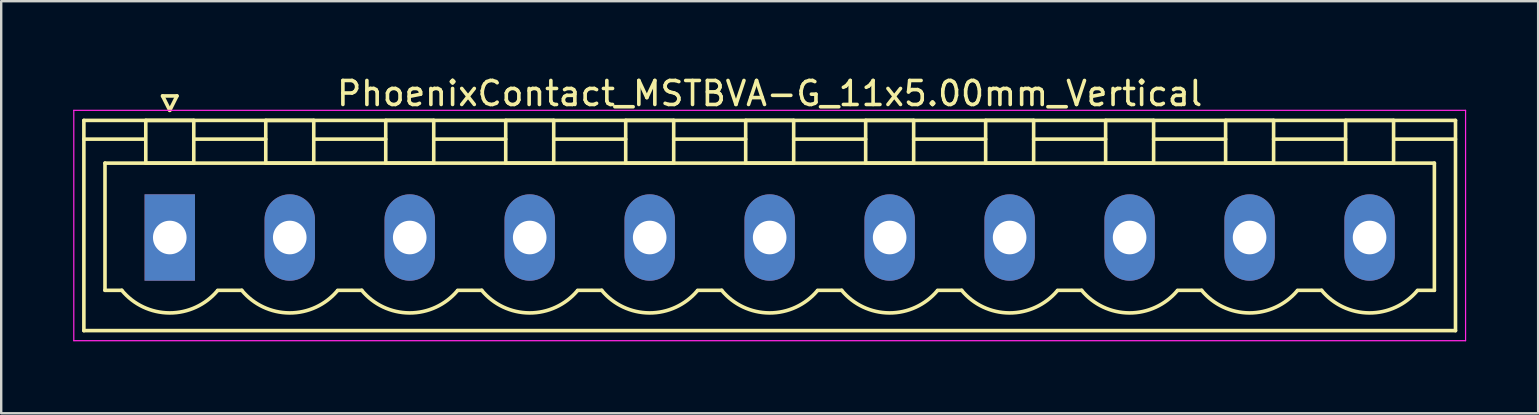
<source format=kicad_pcb>
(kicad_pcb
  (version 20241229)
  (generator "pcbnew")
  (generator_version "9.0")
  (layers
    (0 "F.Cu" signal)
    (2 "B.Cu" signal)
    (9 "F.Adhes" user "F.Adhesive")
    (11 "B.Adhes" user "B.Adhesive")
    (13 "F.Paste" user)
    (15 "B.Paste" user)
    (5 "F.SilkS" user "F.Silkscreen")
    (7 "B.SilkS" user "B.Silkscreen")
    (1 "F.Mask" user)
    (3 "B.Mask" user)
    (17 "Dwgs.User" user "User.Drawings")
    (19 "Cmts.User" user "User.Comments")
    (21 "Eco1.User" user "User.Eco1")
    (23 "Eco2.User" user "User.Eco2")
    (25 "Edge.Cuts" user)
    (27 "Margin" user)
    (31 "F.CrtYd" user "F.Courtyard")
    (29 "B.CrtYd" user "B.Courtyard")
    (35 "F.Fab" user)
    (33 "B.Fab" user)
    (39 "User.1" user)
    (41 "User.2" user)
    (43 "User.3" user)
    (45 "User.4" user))
  (footprint "PhoenixContact_MSTBVA-G_11x5.00mm_Vertical"
    (layer "F.Cu")
    (at 4.025 6.848)
    (property "Reference" "PhoenixContact_MSTBVA-G_11x5.00mm_Vertical" (at 25 -6 0) (layer "F.SilkS") (effects (font (size 1 1) (thickness 0.15))))
    (attr through_hole)
    (fp_line (start -3.58 -4.88) (end -3.58 3.88) (stroke (width 0.15) (type solid)) (layer "F.SilkS"))
    (fp_line (start -3.58 -4.1) (end -1.08 -4.1) (stroke (width 0.15) (type solid)) (layer "F.SilkS"))
    (fp_line (start -3.58 3.88) (end 53.58 3.88) (stroke (width 0.15) (type solid)) (layer "F.SilkS"))
    (fp_line (start -2.7 -3.1) (end 52.7 -3.1) (stroke (width 0.15) (type solid)) (layer "F.SilkS"))
    (fp_line (start -2.7 2.2) (end -2.7 -3.1) (stroke (width 0.15) (type solid)) (layer "F.SilkS"))
    (fp_line (start -2 2.2) (end -2.7 2.2) (stroke (width 0.15) (type solid)) (layer "F.SilkS"))
    (fp_line (start -1 -4.88) (end 1 -4.88) (stroke (width 0.15) (type solid)) (layer "F.SilkS"))
    (fp_line (start -1 -3.1) (end -1 -4.88) (stroke (width 0.15) (type solid)) (layer "F.SilkS"))
    (fp_line (start -0.3 -5.9) (end 0 -5.3) (stroke (width 0.15) (type solid)) (layer "F.SilkS"))
    (fp_line (start 0 -5.3) (end 0.3 -5.9) (stroke (width 0.15) (type solid)) (layer "F.SilkS"))
    (fp_line (start 0.3 -5.9) (end -0.3 -5.9) (stroke (width 0.15) (type solid)) (layer "F.SilkS"))
    (fp_line (start 1 -4.88) (end 1 -3.1) (stroke (width 0.15) (type solid)) (layer "F.SilkS"))
    (fp_line (start 1 -4.1) (end 4 -4.1) (stroke (width 0.15) (type solid)) (layer "F.SilkS"))
    (fp_line (start 1 -3.1) (end -1 -3.1) (stroke (width 0.15) (type solid)) (layer "F.SilkS"))
    (fp_line (start 2 2.2) (end 3 2.2) (stroke (width 0.15) (type solid)) (layer "F.SilkS"))
    (fp_line (start 4 -4.88) (end 6 -4.88) (stroke (width 0.15) (type solid)) (layer "F.SilkS"))
    (fp_line (start 4 -3.1) (end 4 -4.88) (stroke (width 0.15) (type solid)) (layer "F.SilkS"))
    (fp_line (start 6 -4.88) (end 6 -3.1) (stroke (width 0.15) (type solid)) (layer "F.SilkS"))
    (fp_line (start 6 -4.1) (end 9 -4.1) (stroke (width 0.15) (type solid)) (layer "F.SilkS"))
    (fp_line (start 6 -3.1) (end 4 -3.1) (stroke (width 0.15) (type solid)) (layer "F.SilkS"))
    (fp_line (start 7 2.2) (end 8 2.2) (stroke (width 0.15) (type solid)) (layer "F.SilkS"))
    (fp_line (start 9 -4.88) (end 11 -4.88) (stroke (width 0.15) (type solid)) (layer "F.SilkS"))
    (fp_line (start 9 -3.1) (end 9 -4.88) (stroke (width 0.15) (type solid)) (layer "F.SilkS"))
    (fp_line (start 11 -4.88) (end 11 -3.1) (stroke (width 0.15) (type solid)) (layer "F.SilkS"))
    (fp_line (start 11 -4.1) (end 14 -4.1) (stroke (width 0.15) (type solid)) (layer "F.SilkS"))
    (fp_line (start 11 -3.1) (end 9 -3.1) (stroke (width 0.15) (type solid)) (layer "F.SilkS"))
    (fp_line (start 12 2.2) (end 13 2.2) (stroke (width 0.15) (type solid)) (layer "F.SilkS"))
    (fp_line (start 14 -4.88) (end 16 -4.88) (stroke (width 0.15) (type solid)) (layer "F.SilkS"))
    (fp_line (start 14 -3.1) (end 14 -4.88) (stroke (width 0.15) (type solid)) (layer "F.SilkS"))
    (fp_line (start 16 -4.88) (end 16 -3.1) (stroke (width 0.15) (type solid)) (layer "F.SilkS"))
    (fp_line (start 16 -4.1) (end 19 -4.1) (stroke (width 0.15) (type solid)) (layer "F.SilkS"))
    (fp_line (start 16 -3.1) (end 14 -3.1) (stroke (width 0.15) (type solid)) (layer "F.SilkS"))
    (fp_line (start 17 2.2) (end 18 2.2) (stroke (width 0.15) (type solid)) (layer "F.SilkS"))
    (fp_line (start 19 -4.88) (end 21 -4.88) (stroke (width 0.15) (type solid)) (layer "F.SilkS"))
    (fp_line (start 19 -3.1) (end 19 -4.88) (stroke (width 0.15) (type solid)) (layer "F.SilkS"))
    (fp_line (start 21 -4.88) (end 21 -3.1) (stroke (width 0.15) (type solid)) (layer "F.SilkS"))
    (fp_line (start 21 -4.1) (end 24 -4.1) (stroke (width 0.15) (type solid)) (layer "F.SilkS"))
    (fp_line (start 21 -3.1) (end 19 -3.1) (stroke (width 0.15) (type solid)) (layer "F.SilkS"))
    (fp_line (start 22 2.2) (end 23 2.2) (stroke (width 0.15) (type solid)) (layer "F.SilkS"))
    (fp_line (start 24 -4.88) (end 26 -4.88) (stroke (width 0.15) (type solid)) (layer "F.SilkS"))
    (fp_line (start 24 -3.1) (end 24 -4.88) (stroke (width 0.15) (type solid)) (layer "F.SilkS"))
    (fp_line (start 26 -4.88) (end 26 -3.1) (stroke (width 0.15) (type solid)) (layer "F.SilkS"))
    (fp_line (start 26 -4.1) (end 29 -4.1) (stroke (width 0.15) (type solid)) (layer "F.SilkS"))
    (fp_line (start 26 -3.1) (end 24 -3.1) (stroke (width 0.15) (type solid)) (layer "F.SilkS"))
    (fp_line (start 27 2.2) (end 28 2.2) (stroke (width 0.15) (type solid)) (layer "F.SilkS"))
    (fp_line (start 29 -4.88) (end 31 -4.88) (stroke (width 0.15) (type solid)) (layer "F.SilkS"))
    (fp_line (start 29 -3.1) (end 29 -4.88) (stroke (width 0.15) (type solid)) (layer "F.SilkS"))
    (fp_line (start 31 -4.88) (end 31 -3.1) (stroke (width 0.15) (type solid)) (layer "F.SilkS"))
    (fp_line (start 31 -4.1) (end 34 -4.1) (stroke (width 0.15) (type solid)) (layer "F.SilkS"))
    (fp_line (start 31 -3.1) (end 29 -3.1) (stroke (width 0.15) (type solid)) (layer "F.SilkS"))
    (fp_line (start 32 2.2) (end 33 2.2) (stroke (width 0.15) (type solid)) (layer "F.SilkS"))
    (fp_line (start 34 -4.88) (end 36 -4.88) (stroke (width 0.15) (type solid)) (layer "F.SilkS"))
    (fp_line (start 34 -3.1) (end 34 -4.88) (stroke (width 0.15) (type solid)) (layer "F.SilkS"))
    (fp_line (start 36 -4.88) (end 36 -3.1) (stroke (width 0.15) (type solid)) (layer "F.SilkS"))
    (fp_line (start 36 -4.1) (end 39 -4.1) (stroke (width 0.15) (type solid)) (layer "F.SilkS"))
    (fp_line (start 36 -3.1) (end 34 -3.1) (stroke (width 0.15) (type solid)) (layer "F.SilkS"))
    (fp_line (start 37 2.2) (end 38 2.2) (stroke (width 0.15) (type solid)) (layer "F.SilkS"))
    (fp_line (start 39 -4.88) (end 41 -4.88) (stroke (width 0.15) (type solid)) (layer "F.SilkS"))
    (fp_line (start 39 -3.1) (end 39 -4.88) (stroke (width 0.15) (type solid)) (layer "F.SilkS"))
    (fp_line (start 41 -4.88) (end 41 -3.1) (stroke (width 0.15) (type solid)) (layer "F.SilkS"))
    (fp_line (start 41 -4.1) (end 44 -4.1) (stroke (width 0.15) (type solid)) (layer "F.SilkS"))
    (fp_line (start 41 -3.1) (end 39 -3.1) (stroke (width 0.15) (type solid)) (layer "F.SilkS"))
    (fp_line (start 42 2.2) (end 43 2.2) (stroke (width 0.15) (type solid)) (layer "F.SilkS"))
    (fp_line (start 44 -4.88) (end 46 -4.88) (stroke (width 0.15) (type solid)) (layer "F.SilkS"))
    (fp_line (start 44 -3.1) (end 44 -4.88) (stroke (width 0.15) (type solid)) (layer "F.SilkS"))
    (fp_line (start 46 -4.88) (end 46 -3.1) (stroke (width 0.15) (type solid)) (layer "F.SilkS"))
    (fp_line (start 46 -4.1) (end 49 -4.1) (stroke (width 0.15) (type solid)) (layer "F.SilkS"))
    (fp_line (start 46 -3.1) (end 44 -3.1) (stroke (width 0.15) (type solid)) (layer "F.SilkS"))
    (fp_line (start 47 2.2) (end 48 2.2) (stroke (width 0.15) (type solid)) (layer "F.SilkS"))
    (fp_line (start 49 -4.88) (end 51 -4.88) (stroke (width 0.15) (type solid)) (layer "F.SilkS"))
    (fp_line (start 49 -3.1) (end 49 -4.88) (stroke (width 0.15) (type solid)) (layer "F.SilkS"))
    (fp_line (start 51 -4.88) (end 51 -3.1) (stroke (width 0.15) (type solid)) (layer "F.SilkS"))
    (fp_line (start 51 -3.1) (end 49 -3.1) (stroke (width 0.15) (type solid)) (layer "F.SilkS"))
    (fp_line (start 52.7 -3.1) (end 52.7 2.2) (stroke (width 0.15) (type solid)) (layer "F.SilkS"))
    (fp_line (start 52.7 2.2) (end 52 2.2) (stroke (width 0.15) (type solid)) (layer "F.SilkS"))
    (fp_line (start 53.58 -4.88) (end -3.58 -4.88) (stroke (width 0.15) (type solid)) (layer "F.SilkS"))
    (fp_line (start 53.58 -4.1) (end 51.08 -4.1) (stroke (width 0.15) (type solid)) (layer "F.SilkS"))
    (fp_line (start 53.58 3.88) (end 53.58 -4.88) (stroke (width 0.15) (type solid)) (layer "F.SilkS"))
    (fp_arc (start 1.986842 2.215821) (mid -0.010289 3.142758) (end -2 2.2) (stroke (width 0.15) (type solid)) (layer "F.SilkS"))
    (fp_arc (start 6.986842 2.215821) (mid 4.989711 3.142758) (end 3 2.2) (stroke (width 0.15) (type solid)) (layer "F.SilkS"))
    (fp_arc (start 11.986842 2.215821) (mid 9.989711 3.142758) (end 8 2.2) (stroke (width 0.15) (type solid)) (layer "F.SilkS"))
    (fp_arc (start 16.986842 2.215821) (mid 14.989711 3.142758) (end 13 2.2) (stroke (width 0.15) (type solid)) (layer "F.SilkS"))
    (fp_arc (start 21.986842 2.215821) (mid 19.989711 3.142758) (end 18 2.2) (stroke (width 0.15) (type solid)) (layer "F.SilkS"))
    (fp_arc (start 26.986842 2.215821) (mid 24.989711 3.142758) (end 23 2.2) (stroke (width 0.15) (type solid)) (layer "F.SilkS"))
    (fp_arc (start 31.986842 2.215821) (mid 29.989711 3.142758) (end 28 2.2) (stroke (width 0.15) (type solid)) (layer "F.SilkS"))
    (fp_arc (start 36.986842 2.215821) (mid 34.989711 3.142758) (end 33 2.2) (stroke (width 0.15) (type solid)) (layer "F.SilkS"))
    (fp_arc (start 41.986842 2.215821) (mid 39.989711 3.142758) (end 38 2.2) (stroke (width 0.15) (type solid)) (layer "F.SilkS"))
    (fp_arc (start 46.986842 2.215821) (mid 44.989711 3.142758) (end 43 2.2) (stroke (width 0.15) (type solid)) (layer "F.SilkS"))
    (fp_arc (start 51.986842 2.215821) (mid 49.989711 3.142758) (end 48 2.2) (stroke (width 0.15) (type solid)) (layer "F.SilkS"))
    (fp_line (start -4 -5.3) (end -4 4.3) (stroke (width 0.05) (type solid)) (layer "F.CrtYd"))
    (fp_line (start -4 4.3) (end 54 4.3) (stroke (width 0.05) (type solid)) (layer "F.CrtYd"))
    (fp_line (start 54 -5.3) (end -4 -5.3) (stroke (width 0.05) (type solid)) (layer "F.CrtYd"))
    (fp_line (start 54 4.3) (end 54 -5.3) (stroke (width 0.05) (type solid)) (layer "F.CrtYd"))
    (pad "1" thru_hole rect (at 0 0) (size 2.1 3.6) (drill 1.4) (layers "*.Cu" "*.Mask"))
    (pad "2" thru_hole oval (at 5 0) (size 2.1 3.6) (drill 1.4) (layers "*.Cu" "*.Mask"))
    (pad "3" thru_hole oval (at 10 0) (size 2.1 3.6) (drill 1.4) (layers "*.Cu" "*.Mask"))
    (pad "4" thru_hole oval (at 15 0) (size 2.1 3.6) (drill 1.4) (layers "*.Cu" "*.Mask"))
    (pad "5" thru_hole oval (at 20 0) (size 2.1 3.6) (drill 1.4) (layers "*.Cu" "*.Mask"))
    (pad "6" thru_hole oval (at 25 0) (size 2.1 3.6) (drill 1.4) (layers "*.Cu" "*.Mask"))
    (pad "7" thru_hole oval (at 30 0) (size 2.1 3.6) (drill 1.4) (layers "*.Cu" "*.Mask"))
    (pad "8" thru_hole oval (at 35 0) (size 2.1 3.6) (drill 1.4) (layers "*.Cu" "*.Mask"))
    (pad "9" thru_hole oval (at 40 0) (size 2.1 3.6) (drill 1.4) (layers "*.Cu" "*.Mask"))
    (pad "10" thru_hole oval (at 45 0) (size 2.1 3.6) (drill 1.4) (layers "*.Cu" "*.Mask"))
    (pad "11" thru_hole oval (at 50 0) (size 2.1 3.6) (drill 1.4) (layers "*.Cu" "*.Mask")))
  (gr_rect
    (start -3 -3)
    (end 61.05 14.173)
    (stroke (width 0.1) (type default))
    (fill no)
    (layer "Edge.Cuts")))
</source>
